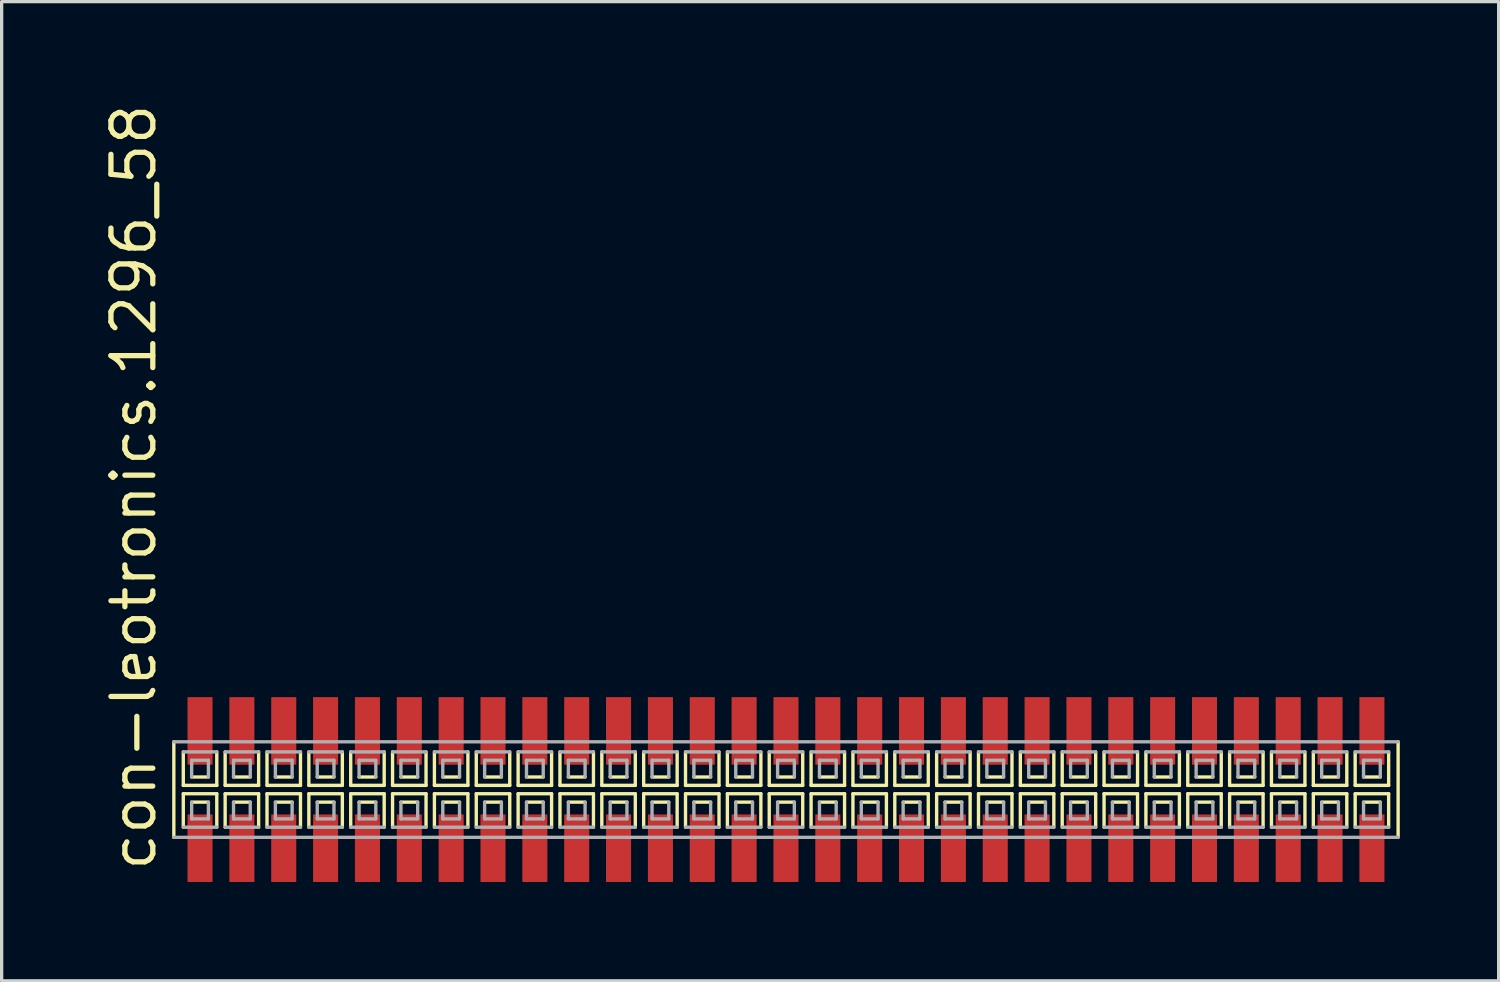
<source format=kicad_pcb>
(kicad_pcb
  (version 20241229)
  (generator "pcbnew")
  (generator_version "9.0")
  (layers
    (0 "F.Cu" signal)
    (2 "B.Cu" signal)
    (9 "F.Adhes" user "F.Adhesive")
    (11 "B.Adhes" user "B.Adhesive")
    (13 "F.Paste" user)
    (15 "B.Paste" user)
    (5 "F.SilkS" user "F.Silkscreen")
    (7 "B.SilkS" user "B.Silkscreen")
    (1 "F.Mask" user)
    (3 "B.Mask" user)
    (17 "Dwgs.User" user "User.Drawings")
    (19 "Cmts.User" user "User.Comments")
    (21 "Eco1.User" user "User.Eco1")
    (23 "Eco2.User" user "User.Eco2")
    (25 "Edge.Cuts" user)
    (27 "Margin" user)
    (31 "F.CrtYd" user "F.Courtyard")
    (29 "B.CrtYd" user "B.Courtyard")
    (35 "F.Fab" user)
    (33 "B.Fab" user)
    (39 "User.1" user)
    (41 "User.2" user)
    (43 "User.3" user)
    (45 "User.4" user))
  (footprint "con-leotronics.1296_58"
    (layer "F.Cu")
    (at 20.8 20.909)
    (property "Reference" "con-leotronics.1296_58" (at -19.05 2.54 90) (layer "F.SilkS") (effects (font (size 1.27 1.27) (thickness 0.16)) (justify left bottom)))
    (attr smd)
    (fp_line (start -18.575 -1.45) (end -18.575 1.45) (stroke (width 0.102) (type default)) (layer "F.SilkS"))
    (fp_line (start -18.288 -1.143) (end -18.288 -0.127) (stroke (width 0.102) (type default)) (layer "F.SilkS"))
    (fp_line (start -18.288 -0.127) (end -17.272 -0.127) (stroke (width 0.102) (type default)) (layer "F.SilkS"))
    (fp_line (start -18.288 0.127) (end -18.288 1.143) (stroke (width 0.102) (type default)) (layer "F.SilkS"))
    (fp_line (start -18.034 -0.381) (end -17.526 -0.381) (stroke (width 0.102) (type default)) (layer "F.SilkS"))
    (fp_line (start -17.526 0.381) (end -18.034 0.381) (stroke (width 0.102) (type default)) (layer "F.SilkS"))
    (fp_line (start -17.272 -0.127) (end -17.272 -1.143) (stroke (width 0.102) (type default)) (layer "F.SilkS"))
    (fp_line (start -17.272 0.127) (end -18.288 0.127) (stroke (width 0.102) (type default)) (layer "F.SilkS"))
    (fp_line (start -17.272 1.143) (end -17.272 0.127) (stroke (width 0.102) (type default)) (layer "F.SilkS"))
    (fp_line (start -17.018 -1.143) (end -17.018 -0.127) (stroke (width 0.102) (type default)) (layer "F.SilkS"))
    (fp_line (start -17.018 -0.127) (end -16.002 -0.127) (stroke (width 0.102) (type default)) (layer "F.SilkS"))
    (fp_line (start -17.018 0.127) (end -17.018 1.143) (stroke (width 0.102) (type default)) (layer "F.SilkS"))
    (fp_line (start -16.764 -0.381) (end -16.256 -0.381) (stroke (width 0.102) (type default)) (layer "F.SilkS"))
    (fp_line (start -16.256 0.381) (end -16.764 0.381) (stroke (width 0.102) (type default)) (layer "F.SilkS"))
    (fp_line (start -16.002 -0.127) (end -16.002 -1.143) (stroke (width 0.102) (type default)) (layer "F.SilkS"))
    (fp_line (start -16.002 0.127) (end -17.018 0.127) (stroke (width 0.102) (type default)) (layer "F.SilkS"))
    (fp_line (start -16.002 1.143) (end -16.002 0.127) (stroke (width 0.102) (type default)) (layer "F.SilkS"))
    (fp_line (start -15.748 -1.143) (end -15.748 -0.127) (stroke (width 0.102) (type default)) (layer "F.SilkS"))
    (fp_line (start -15.748 -0.127) (end -14.732 -0.127) (stroke (width 0.102) (type default)) (layer "F.SilkS"))
    (fp_line (start -15.748 0.127) (end -15.748 1.143) (stroke (width 0.102) (type default)) (layer "F.SilkS"))
    (fp_line (start -15.494 -0.381) (end -14.986 -0.381) (stroke (width 0.102) (type default)) (layer "F.SilkS"))
    (fp_line (start -14.986 0.381) (end -15.494 0.381) (stroke (width 0.102) (type default)) (layer "F.SilkS"))
    (fp_line (start -14.732 -0.127) (end -14.732 -1.143) (stroke (width 0.102) (type default)) (layer "F.SilkS"))
    (fp_line (start -14.732 0.127) (end -15.748 0.127) (stroke (width 0.102) (type default)) (layer "F.SilkS"))
    (fp_line (start -14.732 1.143) (end -14.732 0.127) (stroke (width 0.102) (type default)) (layer "F.SilkS"))
    (fp_line (start -14.478 -1.143) (end -14.478 -0.127) (stroke (width 0.102) (type default)) (layer "F.SilkS"))
    (fp_line (start -14.478 -0.127) (end -13.462 -0.127) (stroke (width 0.102) (type default)) (layer "F.SilkS"))
    (fp_line (start -14.478 0.127) (end -14.478 1.143) (stroke (width 0.102) (type default)) (layer "F.SilkS"))
    (fp_line (start -14.224 -0.381) (end -13.716 -0.381) (stroke (width 0.102) (type default)) (layer "F.SilkS"))
    (fp_line (start -13.716 0.381) (end -14.224 0.381) (stroke (width 0.102) (type default)) (layer "F.SilkS"))
    (fp_line (start -13.462 -0.127) (end -13.462 -1.143) (stroke (width 0.102) (type default)) (layer "F.SilkS"))
    (fp_line (start -13.462 0.127) (end -14.478 0.127) (stroke (width 0.102) (type default)) (layer "F.SilkS"))
    (fp_line (start -13.462 1.143) (end -13.462 0.127) (stroke (width 0.102) (type default)) (layer "F.SilkS"))
    (fp_line (start -13.208 -1.143) (end -13.208 -0.127) (stroke (width 0.102) (type default)) (layer "F.SilkS"))
    (fp_line (start -13.208 -0.127) (end -12.192 -0.127) (stroke (width 0.102) (type default)) (layer "F.SilkS"))
    (fp_line (start -13.208 0.127) (end -13.208 1.143) (stroke (width 0.102) (type default)) (layer "F.SilkS"))
    (fp_line (start -12.954 -0.381) (end -12.446 -0.381) (stroke (width 0.102) (type default)) (layer "F.SilkS"))
    (fp_line (start -12.446 0.381) (end -12.954 0.381) (stroke (width 0.102) (type default)) (layer "F.SilkS"))
    (fp_line (start -12.192 -0.127) (end -12.192 -1.143) (stroke (width 0.102) (type default)) (layer "F.SilkS"))
    (fp_line (start -12.192 0.127) (end -13.208 0.127) (stroke (width 0.102) (type default)) (layer "F.SilkS"))
    (fp_line (start -12.192 1.143) (end -12.192 0.127) (stroke (width 0.102) (type default)) (layer "F.SilkS"))
    (fp_line (start -11.938 -1.143) (end -11.938 -0.127) (stroke (width 0.102) (type default)) (layer "F.SilkS"))
    (fp_line (start -11.938 -0.127) (end -10.922 -0.127) (stroke (width 0.102) (type default)) (layer "F.SilkS"))
    (fp_line (start -11.938 0.127) (end -11.938 1.143) (stroke (width 0.102) (type default)) (layer "F.SilkS"))
    (fp_line (start -11.684 -0.381) (end -11.176 -0.381) (stroke (width 0.102) (type default)) (layer "F.SilkS"))
    (fp_line (start -11.176 0.381) (end -11.684 0.381) (stroke (width 0.102) (type default)) (layer "F.SilkS"))
    (fp_line (start -10.922 -0.127) (end -10.922 -1.143) (stroke (width 0.102) (type default)) (layer "F.SilkS"))
    (fp_line (start -10.922 0.127) (end -11.938 0.127) (stroke (width 0.102) (type default)) (layer "F.SilkS"))
    (fp_line (start -10.922 1.143) (end -10.922 0.127) (stroke (width 0.102) (type default)) (layer "F.SilkS"))
    (fp_line (start -10.668 -1.143) (end -10.668 -0.127) (stroke (width 0.102) (type default)) (layer "F.SilkS"))
    (fp_line (start -10.668 -0.127) (end -9.652 -0.127) (stroke (width 0.102) (type default)) (layer "F.SilkS"))
    (fp_line (start -10.668 0.127) (end -10.668 1.143) (stroke (width 0.102) (type default)) (layer "F.SilkS"))
    (fp_line (start -10.414 -0.381) (end -9.906 -0.381) (stroke (width 0.102) (type default)) (layer "F.SilkS"))
    (fp_line (start -9.906 0.381) (end -10.414 0.381) (stroke (width 0.102) (type default)) (layer "F.SilkS"))
    (fp_line (start -9.652 -0.127) (end -9.652 -1.143) (stroke (width 0.102) (type default)) (layer "F.SilkS"))
    (fp_line (start -9.652 0.127) (end -10.668 0.127) (stroke (width 0.102) (type default)) (layer "F.SilkS"))
    (fp_line (start -9.652 1.143) (end -9.652 0.127) (stroke (width 0.102) (type default)) (layer "F.SilkS"))
    (fp_line (start -9.398 -1.143) (end -9.398 -0.127) (stroke (width 0.102) (type default)) (layer "F.SilkS"))
    (fp_line (start -9.398 -0.127) (end -8.382 -0.127) (stroke (width 0.102) (type default)) (layer "F.SilkS"))
    (fp_line (start -9.398 0.127) (end -9.398 1.143) (stroke (width 0.102) (type default)) (layer "F.SilkS"))
    (fp_line (start -9.144 -0.381) (end -8.636 -0.381) (stroke (width 0.102) (type default)) (layer "F.SilkS"))
    (fp_line (start -8.636 0.381) (end -9.144 0.381) (stroke (width 0.102) (type default)) (layer "F.SilkS"))
    (fp_line (start -8.382 -0.127) (end -8.382 -1.143) (stroke (width 0.102) (type default)) (layer "F.SilkS"))
    (fp_line (start -8.382 0.127) (end -9.398 0.127) (stroke (width 0.102) (type default)) (layer "F.SilkS"))
    (fp_line (start -8.382 1.143) (end -8.382 0.127) (stroke (width 0.102) (type default)) (layer "F.SilkS"))
    (fp_line (start -8.128 -1.143) (end -8.128 -0.127) (stroke (width 0.102) (type default)) (layer "F.SilkS"))
    (fp_line (start -8.128 -0.127) (end -7.112 -0.127) (stroke (width 0.102) (type default)) (layer "F.SilkS"))
    (fp_line (start -8.128 0.127) (end -8.128 1.143) (stroke (width 0.102) (type default)) (layer "F.SilkS"))
    (fp_line (start -7.874 -0.381) (end -7.366 -0.381) (stroke (width 0.102) (type default)) (layer "F.SilkS"))
    (fp_line (start -7.366 0.381) (end -7.874 0.381) (stroke (width 0.102) (type default)) (layer "F.SilkS"))
    (fp_line (start -7.112 -0.127) (end -7.112 -1.143) (stroke (width 0.102) (type default)) (layer "F.SilkS"))
    (fp_line (start -7.112 0.127) (end -8.128 0.127) (stroke (width 0.102) (type default)) (layer "F.SilkS"))
    (fp_line (start -7.112 1.143) (end -7.112 0.127) (stroke (width 0.102) (type default)) (layer "F.SilkS"))
    (fp_line (start -6.858 -1.143) (end -6.858 -0.127) (stroke (width 0.102) (type default)) (layer "F.SilkS"))
    (fp_line (start -6.858 -0.127) (end -5.842 -0.127) (stroke (width 0.102) (type default)) (layer "F.SilkS"))
    (fp_line (start -6.858 0.127) (end -6.858 1.143) (stroke (width 0.102) (type default)) (layer "F.SilkS"))
    (fp_line (start -6.604 -0.381) (end -6.096 -0.381) (stroke (width 0.102) (type default)) (layer "F.SilkS"))
    (fp_line (start -6.096 0.381) (end -6.604 0.381) (stroke (width 0.102) (type default)) (layer "F.SilkS"))
    (fp_line (start -5.842 -0.127) (end -5.842 -1.143) (stroke (width 0.102) (type default)) (layer "F.SilkS"))
    (fp_line (start -5.842 0.127) (end -6.858 0.127) (stroke (width 0.102) (type default)) (layer "F.SilkS"))
    (fp_line (start -5.842 1.143) (end -5.842 0.127) (stroke (width 0.102) (type default)) (layer "F.SilkS"))
    (fp_line (start -5.588 -1.143) (end -5.588 -0.127) (stroke (width 0.102) (type default)) (layer "F.SilkS"))
    (fp_line (start -5.588 -0.127) (end -4.572 -0.127) (stroke (width 0.102) (type default)) (layer "F.SilkS"))
    (fp_line (start -5.588 0.127) (end -5.588 1.143) (stroke (width 0.102) (type default)) (layer "F.SilkS"))
    (fp_line (start -5.334 -0.381) (end -4.826 -0.381) (stroke (width 0.102) (type default)) (layer "F.SilkS"))
    (fp_line (start -4.826 0.381) (end -5.334 0.381) (stroke (width 0.102) (type default)) (layer "F.SilkS"))
    (fp_line (start -4.572 -0.127) (end -4.572 -1.143) (stroke (width 0.102) (type default)) (layer "F.SilkS"))
    (fp_line (start -4.572 0.127) (end -5.588 0.127) (stroke (width 0.102) (type default)) (layer "F.SilkS"))
    (fp_line (start -4.572 1.143) (end -4.572 0.127) (stroke (width 0.102) (type default)) (layer "F.SilkS"))
    (fp_line (start -4.318 -1.143) (end -4.318 -0.127) (stroke (width 0.102) (type default)) (layer "F.SilkS"))
    (fp_line (start -4.318 -0.127) (end -3.302 -0.127) (stroke (width 0.102) (type default)) (layer "F.SilkS"))
    (fp_line (start -4.318 0.127) (end -4.318 1.143) (stroke (width 0.102) (type default)) (layer "F.SilkS"))
    (fp_line (start -4.064 -0.381) (end -3.556 -0.381) (stroke (width 0.102) (type default)) (layer "F.SilkS"))
    (fp_line (start -3.556 0.381) (end -4.064 0.381) (stroke (width 0.102) (type default)) (layer "F.SilkS"))
    (fp_line (start -3.302 -0.127) (end -3.302 -1.143) (stroke (width 0.102) (type default)) (layer "F.SilkS"))
    (fp_line (start -3.302 0.127) (end -4.318 0.127) (stroke (width 0.102) (type default)) (layer "F.SilkS"))
    (fp_line (start -3.302 1.143) (end -3.302 0.127) (stroke (width 0.102) (type default)) (layer "F.SilkS"))
    (fp_line (start -3.048 -1.143) (end -3.048 -0.127) (stroke (width 0.102) (type default)) (layer "F.SilkS"))
    (fp_line (start -3.048 -0.127) (end -2.032 -0.127) (stroke (width 0.102) (type default)) (layer "F.SilkS"))
    (fp_line (start -3.048 0.127) (end -3.048 1.143) (stroke (width 0.102) (type default)) (layer "F.SilkS"))
    (fp_line (start -2.794 -0.381) (end -2.286 -0.381) (stroke (width 0.102) (type default)) (layer "F.SilkS"))
    (fp_line (start -2.286 0.381) (end -2.794 0.381) (stroke (width 0.102) (type default)) (layer "F.SilkS"))
    (fp_line (start -2.032 -0.127) (end -2.032 -1.143) (stroke (width 0.102) (type default)) (layer "F.SilkS"))
    (fp_line (start -2.032 0.127) (end -3.048 0.127) (stroke (width 0.102) (type default)) (layer "F.SilkS"))
    (fp_line (start -2.032 1.143) (end -2.032 0.127) (stroke (width 0.102) (type default)) (layer "F.SilkS"))
    (fp_line (start -1.778 -1.143) (end -1.778 -0.127) (stroke (width 0.102) (type default)) (layer "F.SilkS"))
    (fp_line (start -1.778 -0.127) (end -0.762 -0.127) (stroke (width 0.102) (type default)) (layer "F.SilkS"))
    (fp_line (start -1.778 0.127) (end -1.778 1.143) (stroke (width 0.102) (type default)) (layer "F.SilkS"))
    (fp_line (start -1.524 -0.381) (end -1.016 -0.381) (stroke (width 0.102) (type default)) (layer "F.SilkS"))
    (fp_line (start -1.016 0.381) (end -1.524 0.381) (stroke (width 0.102) (type default)) (layer "F.SilkS"))
    (fp_line (start -0.762 -0.127) (end -0.762 -1.143) (stroke (width 0.102) (type default)) (layer "F.SilkS"))
    (fp_line (start -0.762 0.127) (end -1.778 0.127) (stroke (width 0.102) (type default)) (layer "F.SilkS"))
    (fp_line (start -0.762 1.143) (end -0.762 0.127) (stroke (width 0.102) (type default)) (layer "F.SilkS"))
    (fp_line (start -0.508 -1.143) (end -0.508 -0.127) (stroke (width 0.102) (type default)) (layer "F.SilkS"))
    (fp_line (start -0.508 -0.127) (end 0.508 -0.127) (stroke (width 0.102) (type default)) (layer "F.SilkS"))
    (fp_line (start -0.508 0.127) (end -0.508 1.143) (stroke (width 0.102) (type default)) (layer "F.SilkS"))
    (fp_line (start -0.254 -0.381) (end 0.254 -0.381) (stroke (width 0.102) (type default)) (layer "F.SilkS"))
    (fp_line (start 0.254 0.381) (end -0.254 0.381) (stroke (width 0.102) (type default)) (layer "F.SilkS"))
    (fp_line (start 0.508 -0.127) (end 0.508 -1.143) (stroke (width 0.102) (type default)) (layer "F.SilkS"))
    (fp_line (start 0.508 0.127) (end -0.508 0.127) (stroke (width 0.102) (type default)) (layer "F.SilkS"))
    (fp_line (start 0.508 1.143) (end 0.508 0.127) (stroke (width 0.102) (type default)) (layer "F.SilkS"))
    (fp_line (start 0.762 -1.143) (end 0.762 -0.127) (stroke (width 0.102) (type default)) (layer "F.SilkS"))
    (fp_line (start 0.762 -0.127) (end 1.778 -0.127) (stroke (width 0.102) (type default)) (layer "F.SilkS"))
    (fp_line (start 0.762 0.127) (end 0.762 1.143) (stroke (width 0.102) (type default)) (layer "F.SilkS"))
    (fp_line (start 1.016 -0.381) (end 1.524 -0.381) (stroke (width 0.102) (type default)) (layer "F.SilkS"))
    (fp_line (start 1.524 0.381) (end 1.016 0.381) (stroke (width 0.102) (type default)) (layer "F.SilkS"))
    (fp_line (start 1.778 -0.127) (end 1.778 -1.143) (stroke (width 0.102) (type default)) (layer "F.SilkS"))
    (fp_line (start 1.778 0.127) (end 0.762 0.127) (stroke (width 0.102) (type default)) (layer "F.SilkS"))
    (fp_line (start 1.778 1.143) (end 1.778 0.127) (stroke (width 0.102) (type default)) (layer "F.SilkS"))
    (fp_line (start 2.032 -1.143) (end 2.032 -0.127) (stroke (width 0.102) (type default)) (layer "F.SilkS"))
    (fp_line (start 2.032 -0.127) (end 3.048 -0.127) (stroke (width 0.102) (type default)) (layer "F.SilkS"))
    (fp_line (start 2.032 0.127) (end 2.032 1.143) (stroke (width 0.102) (type default)) (layer "F.SilkS"))
    (fp_line (start 2.286 -0.381) (end 2.794 -0.381) (stroke (width 0.102) (type default)) (layer "F.SilkS"))
    (fp_line (start 2.794 0.381) (end 2.286 0.381) (stroke (width 0.102) (type default)) (layer "F.SilkS"))
    (fp_line (start 3.048 -0.127) (end 3.048 -1.143) (stroke (width 0.102) (type default)) (layer "F.SilkS"))
    (fp_line (start 3.048 0.127) (end 2.032 0.127) (stroke (width 0.102) (type default)) (layer "F.SilkS"))
    (fp_line (start 3.048 1.143) (end 3.048 0.127) (stroke (width 0.102) (type default)) (layer "F.SilkS"))
    (fp_line (start 3.302 -1.143) (end 3.302 -0.127) (stroke (width 0.102) (type default)) (layer "F.SilkS"))
    (fp_line (start 3.302 -0.127) (end 4.318 -0.127) (stroke (width 0.102) (type default)) (layer "F.SilkS"))
    (fp_line (start 3.302 0.127) (end 3.302 1.143) (stroke (width 0.102) (type default)) (layer "F.SilkS"))
    (fp_line (start 3.556 -0.381) (end 4.064 -0.381) (stroke (width 0.102) (type default)) (layer "F.SilkS"))
    (fp_line (start 4.064 0.381) (end 3.556 0.381) (stroke (width 0.102) (type default)) (layer "F.SilkS"))
    (fp_line (start 4.318 -0.127) (end 4.318 -1.143) (stroke (width 0.102) (type default)) (layer "F.SilkS"))
    (fp_line (start 4.318 0.127) (end 3.302 0.127) (stroke (width 0.102) (type default)) (layer "F.SilkS"))
    (fp_line (start 4.318 1.143) (end 4.318 0.127) (stroke (width 0.102) (type default)) (layer "F.SilkS"))
    (fp_line (start 4.572 -1.143) (end 4.572 -0.127) (stroke (width 0.102) (type default)) (layer "F.SilkS"))
    (fp_line (start 4.572 -0.127) (end 5.588 -0.127) (stroke (width 0.102) (type default)) (layer "F.SilkS"))
    (fp_line (start 4.572 0.127) (end 4.572 1.143) (stroke (width 0.102) (type default)) (layer "F.SilkS"))
    (fp_line (start 4.826 -0.381) (end 5.334 -0.381) (stroke (width 0.102) (type default)) (layer "F.SilkS"))
    (fp_line (start 5.334 0.381) (end 4.826 0.381) (stroke (width 0.102) (type default)) (layer "F.SilkS"))
    (fp_line (start 5.588 -0.127) (end 5.588 -1.143) (stroke (width 0.102) (type default)) (layer "F.SilkS"))
    (fp_line (start 5.588 0.127) (end 4.572 0.127) (stroke (width 0.102) (type default)) (layer "F.SilkS"))
    (fp_line (start 5.588 1.143) (end 5.588 0.127) (stroke (width 0.102) (type default)) (layer "F.SilkS"))
    (fp_line (start 5.842 -1.143) (end 5.842 -0.127) (stroke (width 0.102) (type default)) (layer "F.SilkS"))
    (fp_line (start 5.842 -0.127) (end 6.858 -0.127) (stroke (width 0.102) (type default)) (layer "F.SilkS"))
    (fp_line (start 5.842 0.127) (end 5.842 1.143) (stroke (width 0.102) (type default)) (layer "F.SilkS"))
    (fp_line (start 6.096 -0.381) (end 6.604 -0.381) (stroke (width 0.102) (type default)) (layer "F.SilkS"))
    (fp_line (start 6.604 0.381) (end 6.096 0.381) (stroke (width 0.102) (type default)) (layer "F.SilkS"))
    (fp_line (start 6.858 -0.127) (end 6.858 -1.143) (stroke (width 0.102) (type default)) (layer "F.SilkS"))
    (fp_line (start 6.858 0.127) (end 5.842 0.127) (stroke (width 0.102) (type default)) (layer "F.SilkS"))
    (fp_line (start 6.858 1.143) (end 6.858 0.127) (stroke (width 0.102) (type default)) (layer "F.SilkS"))
    (fp_line (start 7.112 -1.143) (end 7.112 -0.127) (stroke (width 0.102) (type default)) (layer "F.SilkS"))
    (fp_line (start 7.112 -0.127) (end 8.128 -0.127) (stroke (width 0.102) (type default)) (layer "F.SilkS"))
    (fp_line (start 7.112 0.127) (end 7.112 1.143) (stroke (width 0.102) (type default)) (layer "F.SilkS"))
    (fp_line (start 7.366 -0.381) (end 7.874 -0.381) (stroke (width 0.102) (type default)) (layer "F.SilkS"))
    (fp_line (start 7.874 0.381) (end 7.366 0.381) (stroke (width 0.102) (type default)) (layer "F.SilkS"))
    (fp_line (start 8.128 -0.127) (end 8.128 -1.143) (stroke (width 0.102) (type default)) (layer "F.SilkS"))
    (fp_line (start 8.128 0.127) (end 7.112 0.127) (stroke (width 0.102) (type default)) (layer "F.SilkS"))
    (fp_line (start 8.128 1.143) (end 8.128 0.127) (stroke (width 0.102) (type default)) (layer "F.SilkS"))
    (fp_line (start 8.382 -1.143) (end 8.382 -0.127) (stroke (width 0.102) (type default)) (layer "F.SilkS"))
    (fp_line (start 8.382 -0.127) (end 9.398 -0.127) (stroke (width 0.102) (type default)) (layer "F.SilkS"))
    (fp_line (start 8.382 0.127) (end 8.382 1.143) (stroke (width 0.102) (type default)) (layer "F.SilkS"))
    (fp_line (start 8.636 -0.381) (end 9.144 -0.381) (stroke (width 0.102) (type default)) (layer "F.SilkS"))
    (fp_line (start 9.144 0.381) (end 8.636 0.381) (stroke (width 0.102) (type default)) (layer "F.SilkS"))
    (fp_line (start 9.398 -0.127) (end 9.398 -1.143) (stroke (width 0.102) (type default)) (layer "F.SilkS"))
    (fp_line (start 9.398 0.127) (end 8.382 0.127) (stroke (width 0.102) (type default)) (layer "F.SilkS"))
    (fp_line (start 9.398 1.143) (end 9.398 0.127) (stroke (width 0.102) (type default)) (layer "F.SilkS"))
    (fp_line (start 9.652 -1.143) (end 9.652 -0.127) (stroke (width 0.102) (type default)) (layer "F.SilkS"))
    (fp_line (start 9.652 -0.127) (end 10.668 -0.127) (stroke (width 0.102) (type default)) (layer "F.SilkS"))
    (fp_line (start 9.652 0.127) (end 9.652 1.143) (stroke (width 0.102) (type default)) (layer "F.SilkS"))
    (fp_line (start 9.906 -0.381) (end 10.414 -0.381) (stroke (width 0.102) (type default)) (layer "F.SilkS"))
    (fp_line (start 10.414 0.381) (end 9.906 0.381) (stroke (width 0.102) (type default)) (layer "F.SilkS"))
    (fp_line (start 10.668 -0.127) (end 10.668 -1.143) (stroke (width 0.102) (type default)) (layer "F.SilkS"))
    (fp_line (start 10.668 0.127) (end 9.652 0.127) (stroke (width 0.102) (type default)) (layer "F.SilkS"))
    (fp_line (start 10.668 1.143) (end 10.668 0.127) (stroke (width 0.102) (type default)) (layer "F.SilkS"))
    (fp_line (start 10.922 -1.143) (end 10.922 -0.127) (stroke (width 0.102) (type default)) (layer "F.SilkS"))
    (fp_line (start 10.922 -0.127) (end 11.938 -0.127) (stroke (width 0.102) (type default)) (layer "F.SilkS"))
    (fp_line (start 10.922 0.127) (end 10.922 1.143) (stroke (width 0.102) (type default)) (layer "F.SilkS"))
    (fp_line (start 11.176 -0.381) (end 11.684 -0.381) (stroke (width 0.102) (type default)) (layer "F.SilkS"))
    (fp_line (start 11.684 0.381) (end 11.176 0.381) (stroke (width 0.102) (type default)) (layer "F.SilkS"))
    (fp_line (start 11.938 -0.127) (end 11.938 -1.143) (stroke (width 0.102) (type default)) (layer "F.SilkS"))
    (fp_line (start 11.938 0.127) (end 10.922 0.127) (stroke (width 0.102) (type default)) (layer "F.SilkS"))
    (fp_line (start 11.938 1.143) (end 11.938 0.127) (stroke (width 0.102) (type default)) (layer "F.SilkS"))
    (fp_line (start 12.192 -1.143) (end 12.192 -0.127) (stroke (width 0.102) (type default)) (layer "F.SilkS"))
    (fp_line (start 12.192 -0.127) (end 13.208 -0.127) (stroke (width 0.102) (type default)) (layer "F.SilkS"))
    (fp_line (start 12.192 0.127) (end 12.192 1.143) (stroke (width 0.102) (type default)) (layer "F.SilkS"))
    (fp_line (start 12.446 -0.381) (end 12.954 -0.381) (stroke (width 0.102) (type default)) (layer "F.SilkS"))
    (fp_line (start 12.954 0.381) (end 12.446 0.381) (stroke (width 0.102) (type default)) (layer "F.SilkS"))
    (fp_line (start 13.208 -0.127) (end 13.208 -1.143) (stroke (width 0.102) (type default)) (layer "F.SilkS"))
    (fp_line (start 13.208 0.127) (end 12.192 0.127) (stroke (width 0.102) (type default)) (layer "F.SilkS"))
    (fp_line (start 13.208 1.143) (end 13.208 0.127) (stroke (width 0.102) (type default)) (layer "F.SilkS"))
    (fp_line (start 13.462 -1.143) (end 13.462 -0.127) (stroke (width 0.102) (type default)) (layer "F.SilkS"))
    (fp_line (start 13.462 -0.127) (end 14.478 -0.127) (stroke (width 0.102) (type default)) (layer "F.SilkS"))
    (fp_line (start 13.462 0.127) (end 13.462 1.143) (stroke (width 0.102) (type default)) (layer "F.SilkS"))
    (fp_line (start 13.716 -0.381) (end 14.224 -0.381) (stroke (width 0.102) (type default)) (layer "F.SilkS"))
    (fp_line (start 14.224 0.381) (end 13.716 0.381) (stroke (width 0.102) (type default)) (layer "F.SilkS"))
    (fp_line (start 14.478 -0.127) (end 14.478 -1.143) (stroke (width 0.102) (type default)) (layer "F.SilkS"))
    (fp_line (start 14.478 0.127) (end 13.462 0.127) (stroke (width 0.102) (type default)) (layer "F.SilkS"))
    (fp_line (start 14.478 1.143) (end 14.478 0.127) (stroke (width 0.102) (type default)) (layer "F.SilkS"))
    (fp_line (start 14.732 -1.143) (end 14.732 -0.127) (stroke (width 0.102) (type default)) (layer "F.SilkS"))
    (fp_line (start 14.732 -0.127) (end 15.748 -0.127) (stroke (width 0.102) (type default)) (layer "F.SilkS"))
    (fp_line (start 14.732 0.127) (end 14.732 1.143) (stroke (width 0.102) (type default)) (layer "F.SilkS"))
    (fp_line (start 14.986 -0.381) (end 15.494 -0.381) (stroke (width 0.102) (type default)) (layer "F.SilkS"))
    (fp_line (start 15.494 0.381) (end 14.986 0.381) (stroke (width 0.102) (type default)) (layer "F.SilkS"))
    (fp_line (start 15.748 -0.127) (end 15.748 -1.143) (stroke (width 0.102) (type default)) (layer "F.SilkS"))
    (fp_line (start 15.748 0.127) (end 14.732 0.127) (stroke (width 0.102) (type default)) (layer "F.SilkS"))
    (fp_line (start 15.748 1.143) (end 15.748 0.127) (stroke (width 0.102) (type default)) (layer "F.SilkS"))
    (fp_line (start 16.002 -1.143) (end 16.002 -0.127) (stroke (width 0.102) (type default)) (layer "F.SilkS"))
    (fp_line (start 16.002 -0.127) (end 17.018 -0.127) (stroke (width 0.102) (type default)) (layer "F.SilkS"))
    (fp_line (start 16.002 0.127) (end 16.002 1.143) (stroke (width 0.102) (type default)) (layer "F.SilkS"))
    (fp_line (start 16.256 -0.381) (end 16.764 -0.381) (stroke (width 0.102) (type default)) (layer "F.SilkS"))
    (fp_line (start 16.764 0.381) (end 16.256 0.381) (stroke (width 0.102) (type default)) (layer "F.SilkS"))
    (fp_line (start 17.018 -0.127) (end 17.018 -1.143) (stroke (width 0.102) (type default)) (layer "F.SilkS"))
    (fp_line (start 17.018 0.127) (end 16.002 0.127) (stroke (width 0.102) (type default)) (layer "F.SilkS"))
    (fp_line (start 17.018 1.143) (end 17.018 0.127) (stroke (width 0.102) (type default)) (layer "F.SilkS"))
    (fp_line (start 17.272 -1.143) (end 17.272 -0.127) (stroke (width 0.102) (type default)) (layer "F.SilkS"))
    (fp_line (start 17.272 -0.127) (end 18.288 -0.127) (stroke (width 0.102) (type default)) (layer "F.SilkS"))
    (fp_line (start 17.272 0.127) (end 17.272 1.143) (stroke (width 0.102) (type default)) (layer "F.SilkS"))
    (fp_line (start 17.526 -0.381) (end 18.034 -0.381) (stroke (width 0.102) (type default)) (layer "F.SilkS"))
    (fp_line (start 18.034 0.381) (end 17.526 0.381) (stroke (width 0.102) (type default)) (layer "F.SilkS"))
    (fp_line (start 18.288 -0.127) (end 18.288 -1.143) (stroke (width 0.102) (type default)) (layer "F.SilkS"))
    (fp_line (start 18.288 0.127) (end 17.272 0.127) (stroke (width 0.102) (type default)) (layer "F.SilkS"))
    (fp_line (start 18.288 1.143) (end 18.288 0.127) (stroke (width 0.102) (type default)) (layer "F.SilkS"))
    (fp_line (start 18.575 1.45) (end 18.575 -1.45) (stroke (width 0.102) (type default)) (layer "F.SilkS"))
    (fp_line (start -18.575 1.45) (end 18.575 1.45) (stroke (width 0.102) (type default)) (layer "F.Fab"))
    (fp_line (start -18.288 1.143) (end -17.272 1.143) (stroke (width 0.102) (type default)) (layer "F.Fab"))
    (fp_line (start -18.034 -0.889) (end -18.034 -0.381) (stroke (width 0.102) (type default)) (layer "F.Fab"))
    (fp_line (start -18.034 0.381) (end -18.034 0.889) (stroke (width 0.102) (type default)) (layer "F.Fab"))
    (fp_line (start -18.034 0.889) (end -17.526 0.889) (stroke (width 0.102) (type default)) (layer "F.Fab"))
    (fp_line (start -17.526 -0.889) (end -18.034 -0.889) (stroke (width 0.102) (type default)) (layer "F.Fab"))
    (fp_line (start -17.526 -0.381) (end -17.526 -0.889) (stroke (width 0.102) (type default)) (layer "F.Fab"))
    (fp_line (start -17.526 0.889) (end -17.526 0.381) (stroke (width 0.102) (type default)) (layer "F.Fab"))
    (fp_line (start -17.272 -1.143) (end -18.288 -1.143) (stroke (width 0.102) (type default)) (layer "F.Fab"))
    (fp_line (start -17.018 1.143) (end -16.002 1.143) (stroke (width 0.102) (type default)) (layer "F.Fab"))
    (fp_line (start -16.764 -0.889) (end -16.764 -0.381) (stroke (width 0.102) (type default)) (layer "F.Fab"))
    (fp_line (start -16.764 0.381) (end -16.764 0.889) (stroke (width 0.102) (type default)) (layer "F.Fab"))
    (fp_line (start -16.764 0.889) (end -16.256 0.889) (stroke (width 0.102) (type default)) (layer "F.Fab"))
    (fp_line (start -16.256 -0.889) (end -16.764 -0.889) (stroke (width 0.102) (type default)) (layer "F.Fab"))
    (fp_line (start -16.256 -0.381) (end -16.256 -0.889) (stroke (width 0.102) (type default)) (layer "F.Fab"))
    (fp_line (start -16.256 0.889) (end -16.256 0.381) (stroke (width 0.102) (type default)) (layer "F.Fab"))
    (fp_line (start -16.002 -1.143) (end -17.018 -1.143) (stroke (width 0.102) (type default)) (layer "F.Fab"))
    (fp_line (start -15.748 1.143) (end -14.732 1.143) (stroke (width 0.102) (type default)) (layer "F.Fab"))
    (fp_line (start -15.494 -0.889) (end -15.494 -0.381) (stroke (width 0.102) (type default)) (layer "F.Fab"))
    (fp_line (start -15.494 0.381) (end -15.494 0.889) (stroke (width 0.102) (type default)) (layer "F.Fab"))
    (fp_line (start -15.494 0.889) (end -14.986 0.889) (stroke (width 0.102) (type default)) (layer "F.Fab"))
    (fp_line (start -14.986 -0.889) (end -15.494 -0.889) (stroke (width 0.102) (type default)) (layer "F.Fab"))
    (fp_line (start -14.986 -0.381) (end -14.986 -0.889) (stroke (width 0.102) (type default)) (layer "F.Fab"))
    (fp_line (start -14.986 0.889) (end -14.986 0.381) (stroke (width 0.102) (type default)) (layer "F.Fab"))
    (fp_line (start -14.732 -1.143) (end -15.748 -1.143) (stroke (width 0.102) (type default)) (layer "F.Fab"))
    (fp_line (start -14.478 1.143) (end -13.462 1.143) (stroke (width 0.102) (type default)) (layer "F.Fab"))
    (fp_line (start -14.224 -0.889) (end -14.224 -0.381) (stroke (width 0.102) (type default)) (layer "F.Fab"))
    (fp_line (start -14.224 0.381) (end -14.224 0.889) (stroke (width 0.102) (type default)) (layer "F.Fab"))
    (fp_line (start -14.224 0.889) (end -13.716 0.889) (stroke (width 0.102) (type default)) (layer "F.Fab"))
    (fp_line (start -13.716 -0.889) (end -14.224 -0.889) (stroke (width 0.102) (type default)) (layer "F.Fab"))
    (fp_line (start -13.716 -0.381) (end -13.716 -0.889) (stroke (width 0.102) (type default)) (layer "F.Fab"))
    (fp_line (start -13.716 0.889) (end -13.716 0.381) (stroke (width 0.102) (type default)) (layer "F.Fab"))
    (fp_line (start -13.462 -1.143) (end -14.478 -1.143) (stroke (width 0.102) (type default)) (layer "F.Fab"))
    (fp_line (start -13.208 1.143) (end -12.192 1.143) (stroke (width 0.102) (type default)) (layer "F.Fab"))
    (fp_line (start -12.954 -0.889) (end -12.954 -0.381) (stroke (width 0.102) (type default)) (layer "F.Fab"))
    (fp_line (start -12.954 0.381) (end -12.954 0.889) (stroke (width 0.102) (type default)) (layer "F.Fab"))
    (fp_line (start -12.954 0.889) (end -12.446 0.889) (stroke (width 0.102) (type default)) (layer "F.Fab"))
    (fp_line (start -12.446 -0.889) (end -12.954 -0.889) (stroke (width 0.102) (type default)) (layer "F.Fab"))
    (fp_line (start -12.446 -0.381) (end -12.446 -0.889) (stroke (width 0.102) (type default)) (layer "F.Fab"))
    (fp_line (start -12.446 0.889) (end -12.446 0.381) (stroke (width 0.102) (type default)) (layer "F.Fab"))
    (fp_line (start -12.192 -1.143) (end -13.208 -1.143) (stroke (width 0.102) (type default)) (layer "F.Fab"))
    (fp_line (start -11.938 1.143) (end -10.922 1.143) (stroke (width 0.102) (type default)) (layer "F.Fab"))
    (fp_line (start -11.684 -0.889) (end -11.684 -0.381) (stroke (width 0.102) (type default)) (layer "F.Fab"))
    (fp_line (start -11.684 0.381) (end -11.684 0.889) (stroke (width 0.102) (type default)) (layer "F.Fab"))
    (fp_line (start -11.684 0.889) (end -11.176 0.889) (stroke (width 0.102) (type default)) (layer "F.Fab"))
    (fp_line (start -11.176 -0.889) (end -11.684 -0.889) (stroke (width 0.102) (type default)) (layer "F.Fab"))
    (fp_line (start -11.176 -0.381) (end -11.176 -0.889) (stroke (width 0.102) (type default)) (layer "F.Fab"))
    (fp_line (start -11.176 0.889) (end -11.176 0.381) (stroke (width 0.102) (type default)) (layer "F.Fab"))
    (fp_line (start -10.922 -1.143) (end -11.938 -1.143) (stroke (width 0.102) (type default)) (layer "F.Fab"))
    (fp_line (start -10.668 1.143) (end -9.652 1.143) (stroke (width 0.102) (type default)) (layer "F.Fab"))
    (fp_line (start -10.414 -0.889) (end -10.414 -0.381) (stroke (width 0.102) (type default)) (layer "F.Fab"))
    (fp_line (start -10.414 0.381) (end -10.414 0.889) (stroke (width 0.102) (type default)) (layer "F.Fab"))
    (fp_line (start -10.414 0.889) (end -9.906 0.889) (stroke (width 0.102) (type default)) (layer "F.Fab"))
    (fp_line (start -9.906 -0.889) (end -10.414 -0.889) (stroke (width 0.102) (type default)) (layer "F.Fab"))
    (fp_line (start -9.906 -0.381) (end -9.906 -0.889) (stroke (width 0.102) (type default)) (layer "F.Fab"))
    (fp_line (start -9.906 0.889) (end -9.906 0.381) (stroke (width 0.102) (type default)) (layer "F.Fab"))
    (fp_line (start -9.652 -1.143) (end -10.668 -1.143) (stroke (width 0.102) (type default)) (layer "F.Fab"))
    (fp_line (start -9.398 1.143) (end -8.382 1.143) (stroke (width 0.102) (type default)) (layer "F.Fab"))
    (fp_line (start -9.144 -0.889) (end -9.144 -0.381) (stroke (width 0.102) (type default)) (layer "F.Fab"))
    (fp_line (start -9.144 0.381) (end -9.144 0.889) (stroke (width 0.102) (type default)) (layer "F.Fab"))
    (fp_line (start -9.144 0.889) (end -8.636 0.889) (stroke (width 0.102) (type default)) (layer "F.Fab"))
    (fp_line (start -8.636 -0.889) (end -9.144 -0.889) (stroke (width 0.102) (type default)) (layer "F.Fab"))
    (fp_line (start -8.636 -0.381) (end -8.636 -0.889) (stroke (width 0.102) (type default)) (layer "F.Fab"))
    (fp_line (start -8.636 0.889) (end -8.636 0.381) (stroke (width 0.102) (type default)) (layer "F.Fab"))
    (fp_line (start -8.382 -1.143) (end -9.398 -1.143) (stroke (width 0.102) (type default)) (layer "F.Fab"))
    (fp_line (start -8.128 1.143) (end -7.112 1.143) (stroke (width 0.102) (type default)) (layer "F.Fab"))
    (fp_line (start -7.874 -0.889) (end -7.874 -0.381) (stroke (width 0.102) (type default)) (layer "F.Fab"))
    (fp_line (start -7.874 0.381) (end -7.874 0.889) (stroke (width 0.102) (type default)) (layer "F.Fab"))
    (fp_line (start -7.874 0.889) (end -7.366 0.889) (stroke (width 0.102) (type default)) (layer "F.Fab"))
    (fp_line (start -7.366 -0.889) (end -7.874 -0.889) (stroke (width 0.102) (type default)) (layer "F.Fab"))
    (fp_line (start -7.366 -0.381) (end -7.366 -0.889) (stroke (width 0.102) (type default)) (layer "F.Fab"))
    (fp_line (start -7.366 0.889) (end -7.366 0.381) (stroke (width 0.102) (type default)) (layer "F.Fab"))
    (fp_line (start -7.112 -1.143) (end -8.128 -1.143) (stroke (width 0.102) (type default)) (layer "F.Fab"))
    (fp_line (start -6.858 1.143) (end -5.842 1.143) (stroke (width 0.102) (type default)) (layer "F.Fab"))
    (fp_line (start -6.604 -0.889) (end -6.604 -0.381) (stroke (width 0.102) (type default)) (layer "F.Fab"))
    (fp_line (start -6.604 0.381) (end -6.604 0.889) (stroke (width 0.102) (type default)) (layer "F.Fab"))
    (fp_line (start -6.604 0.889) (end -6.096 0.889) (stroke (width 0.102) (type default)) (layer "F.Fab"))
    (fp_line (start -6.096 -0.889) (end -6.604 -0.889) (stroke (width 0.102) (type default)) (layer "F.Fab"))
    (fp_line (start -6.096 -0.381) (end -6.096 -0.889) (stroke (width 0.102) (type default)) (layer "F.Fab"))
    (fp_line (start -6.096 0.889) (end -6.096 0.381) (stroke (width 0.102) (type default)) (layer "F.Fab"))
    (fp_line (start -5.842 -1.143) (end -6.858 -1.143) (stroke (width 0.102) (type default)) (layer "F.Fab"))
    (fp_line (start -5.588 1.143) (end -4.572 1.143) (stroke (width 0.102) (type default)) (layer "F.Fab"))
    (fp_line (start -5.334 -0.889) (end -5.334 -0.381) (stroke (width 0.102) (type default)) (layer "F.Fab"))
    (fp_line (start -5.334 0.381) (end -5.334 0.889) (stroke (width 0.102) (type default)) (layer "F.Fab"))
    (fp_line (start -5.334 0.889) (end -4.826 0.889) (stroke (width 0.102) (type default)) (layer "F.Fab"))
    (fp_line (start -4.826 -0.889) (end -5.334 -0.889) (stroke (width 0.102) (type default)) (layer "F.Fab"))
    (fp_line (start -4.826 -0.381) (end -4.826 -0.889) (stroke (width 0.102) (type default)) (layer "F.Fab"))
    (fp_line (start -4.826 0.889) (end -4.826 0.381) (stroke (width 0.102) (type default)) (layer "F.Fab"))
    (fp_line (start -4.572 -1.143) (end -5.588 -1.143) (stroke (width 0.102) (type default)) (layer "F.Fab"))
    (fp_line (start -4.318 1.143) (end -3.302 1.143) (stroke (width 0.102) (type default)) (layer "F.Fab"))
    (fp_line (start -4.064 -0.889) (end -4.064 -0.381) (stroke (width 0.102) (type default)) (layer "F.Fab"))
    (fp_line (start -4.064 0.381) (end -4.064 0.889) (stroke (width 0.102) (type default)) (layer "F.Fab"))
    (fp_line (start -4.064 0.889) (end -3.556 0.889) (stroke (width 0.102) (type default)) (layer "F.Fab"))
    (fp_line (start -3.556 -0.889) (end -4.064 -0.889) (stroke (width 0.102) (type default)) (layer "F.Fab"))
    (fp_line (start -3.556 -0.381) (end -3.556 -0.889) (stroke (width 0.102) (type default)) (layer "F.Fab"))
    (fp_line (start -3.556 0.889) (end -3.556 0.381) (stroke (width 0.102) (type default)) (layer "F.Fab"))
    (fp_line (start -3.302 -1.143) (end -4.318 -1.143) (stroke (width 0.102) (type default)) (layer "F.Fab"))
    (fp_line (start -3.048 1.143) (end -2.032 1.143) (stroke (width 0.102) (type default)) (layer "F.Fab"))
    (fp_line (start -2.794 -0.889) (end -2.794 -0.381) (stroke (width 0.102) (type default)) (layer "F.Fab"))
    (fp_line (start -2.794 0.381) (end -2.794 0.889) (stroke (width 0.102) (type default)) (layer "F.Fab"))
    (fp_line (start -2.794 0.889) (end -2.286 0.889) (stroke (width 0.102) (type default)) (layer "F.Fab"))
    (fp_line (start -2.286 -0.889) (end -2.794 -0.889) (stroke (width 0.102) (type default)) (layer "F.Fab"))
    (fp_line (start -2.286 -0.381) (end -2.286 -0.889) (stroke (width 0.102) (type default)) (layer "F.Fab"))
    (fp_line (start -2.286 0.889) (end -2.286 0.381) (stroke (width 0.102) (type default)) (layer "F.Fab"))
    (fp_line (start -2.032 -1.143) (end -3.048 -1.143) (stroke (width 0.102) (type default)) (layer "F.Fab"))
    (fp_line (start -1.778 1.143) (end -0.762 1.143) (stroke (width 0.102) (type default)) (layer "F.Fab"))
    (fp_line (start -1.524 -0.889) (end -1.524 -0.381) (stroke (width 0.102) (type default)) (layer "F.Fab"))
    (fp_line (start -1.524 0.381) (end -1.524 0.889) (stroke (width 0.102) (type default)) (layer "F.Fab"))
    (fp_line (start -1.524 0.889) (end -1.016 0.889) (stroke (width 0.102) (type default)) (layer "F.Fab"))
    (fp_line (start -1.016 -0.889) (end -1.524 -0.889) (stroke (width 0.102) (type default)) (layer "F.Fab"))
    (fp_line (start -1.016 -0.381) (end -1.016 -0.889) (stroke (width 0.102) (type default)) (layer "F.Fab"))
    (fp_line (start -1.016 0.889) (end -1.016 0.381) (stroke (width 0.102) (type default)) (layer "F.Fab"))
    (fp_line (start -0.762 -1.143) (end -1.778 -1.143) (stroke (width 0.102) (type default)) (layer "F.Fab"))
    (fp_line (start -0.508 1.143) (end 0.508 1.143) (stroke (width 0.102) (type default)) (layer "F.Fab"))
    (fp_line (start -0.254 -0.889) (end -0.254 -0.381) (stroke (width 0.102) (type default)) (layer "F.Fab"))
    (fp_line (start -0.254 0.381) (end -0.254 0.889) (stroke (width 0.102) (type default)) (layer "F.Fab"))
    (fp_line (start -0.254 0.889) (end 0.254 0.889) (stroke (width 0.102) (type default)) (layer "F.Fab"))
    (fp_line (start 0.254 -0.889) (end -0.254 -0.889) (stroke (width 0.102) (type default)) (layer "F.Fab"))
    (fp_line (start 0.254 -0.381) (end 0.254 -0.889) (stroke (width 0.102) (type default)) (layer "F.Fab"))
    (fp_line (start 0.254 0.889) (end 0.254 0.381) (stroke (width 0.102) (type default)) (layer "F.Fab"))
    (fp_line (start 0.508 -1.143) (end -0.508 -1.143) (stroke (width 0.102) (type default)) (layer "F.Fab"))
    (fp_line (start 0.762 1.143) (end 1.778 1.143) (stroke (width 0.102) (type default)) (layer "F.Fab"))
    (fp_line (start 1.016 -0.889) (end 1.016 -0.381) (stroke (width 0.102) (type default)) (layer "F.Fab"))
    (fp_line (start 1.016 0.381) (end 1.016 0.889) (stroke (width 0.102) (type default)) (layer "F.Fab"))
    (fp_line (start 1.016 0.889) (end 1.524 0.889) (stroke (width 0.102) (type default)) (layer "F.Fab"))
    (fp_line (start 1.524 -0.889) (end 1.016 -0.889) (stroke (width 0.102) (type default)) (layer "F.Fab"))
    (fp_line (start 1.524 -0.381) (end 1.524 -0.889) (stroke (width 0.102) (type default)) (layer "F.Fab"))
    (fp_line (start 1.524 0.889) (end 1.524 0.381) (stroke (width 0.102) (type default)) (layer "F.Fab"))
    (fp_line (start 1.778 -1.143) (end 0.762 -1.143) (stroke (width 0.102) (type default)) (layer "F.Fab"))
    (fp_line (start 2.032 1.143) (end 3.048 1.143) (stroke (width 0.102) (type default)) (layer "F.Fab"))
    (fp_line (start 2.286 -0.889) (end 2.286 -0.381) (stroke (width 0.102) (type default)) (layer "F.Fab"))
    (fp_line (start 2.286 0.381) (end 2.286 0.889) (stroke (width 0.102) (type default)) (layer "F.Fab"))
    (fp_line (start 2.286 0.889) (end 2.794 0.889) (stroke (width 0.102) (type default)) (layer "F.Fab"))
    (fp_line (start 2.794 -0.889) (end 2.286 -0.889) (stroke (width 0.102) (type default)) (layer "F.Fab"))
    (fp_line (start 2.794 -0.381) (end 2.794 -0.889) (stroke (width 0.102) (type default)) (layer "F.Fab"))
    (fp_line (start 2.794 0.889) (end 2.794 0.381) (stroke (width 0.102) (type default)) (layer "F.Fab"))
    (fp_line (start 3.048 -1.143) (end 2.032 -1.143) (stroke (width 0.102) (type default)) (layer "F.Fab"))
    (fp_line (start 3.302 1.143) (end 4.318 1.143) (stroke (width 0.102) (type default)) (layer "F.Fab"))
    (fp_line (start 3.556 -0.889) (end 3.556 -0.381) (stroke (width 0.102) (type default)) (layer "F.Fab"))
    (fp_line (start 3.556 0.381) (end 3.556 0.889) (stroke (width 0.102) (type default)) (layer "F.Fab"))
    (fp_line (start 3.556 0.889) (end 4.064 0.889) (stroke (width 0.102) (type default)) (layer "F.Fab"))
    (fp_line (start 4.064 -0.889) (end 3.556 -0.889) (stroke (width 0.102) (type default)) (layer "F.Fab"))
    (fp_line (start 4.064 -0.381) (end 4.064 -0.889) (stroke (width 0.102) (type default)) (layer "F.Fab"))
    (fp_line (start 4.064 0.889) (end 4.064 0.381) (stroke (width 0.102) (type default)) (layer "F.Fab"))
    (fp_line (start 4.318 -1.143) (end 3.302 -1.143) (stroke (width 0.102) (type default)) (layer "F.Fab"))
    (fp_line (start 4.572 1.143) (end 5.588 1.143) (stroke (width 0.102) (type default)) (layer "F.Fab"))
    (fp_line (start 4.826 -0.889) (end 4.826 -0.381) (stroke (width 0.102) (type default)) (layer "F.Fab"))
    (fp_line (start 4.826 0.381) (end 4.826 0.889) (stroke (width 0.102) (type default)) (layer "F.Fab"))
    (fp_line (start 4.826 0.889) (end 5.334 0.889) (stroke (width 0.102) (type default)) (layer "F.Fab"))
    (fp_line (start 5.334 -0.889) (end 4.826 -0.889) (stroke (width 0.102) (type default)) (layer "F.Fab"))
    (fp_line (start 5.334 -0.381) (end 5.334 -0.889) (stroke (width 0.102) (type default)) (layer "F.Fab"))
    (fp_line (start 5.334 0.889) (end 5.334 0.381) (stroke (width 0.102) (type default)) (layer "F.Fab"))
    (fp_line (start 5.588 -1.143) (end 4.572 -1.143) (stroke (width 0.102) (type default)) (layer "F.Fab"))
    (fp_line (start 5.842 1.143) (end 6.858 1.143) (stroke (width 0.102) (type default)) (layer "F.Fab"))
    (fp_line (start 6.096 -0.889) (end 6.096 -0.381) (stroke (width 0.102) (type default)) (layer "F.Fab"))
    (fp_line (start 6.096 0.381) (end 6.096 0.889) (stroke (width 0.102) (type default)) (layer "F.Fab"))
    (fp_line (start 6.096 0.889) (end 6.604 0.889) (stroke (width 0.102) (type default)) (layer "F.Fab"))
    (fp_line (start 6.604 -0.889) (end 6.096 -0.889) (stroke (width 0.102) (type default)) (layer "F.Fab"))
    (fp_line (start 6.604 -0.381) (end 6.604 -0.889) (stroke (width 0.102) (type default)) (layer "F.Fab"))
    (fp_line (start 6.604 0.889) (end 6.604 0.381) (stroke (width 0.102) (type default)) (layer "F.Fab"))
    (fp_line (start 6.858 -1.143) (end 5.842 -1.143) (stroke (width 0.102) (type default)) (layer "F.Fab"))
    (fp_line (start 7.112 1.143) (end 8.128 1.143) (stroke (width 0.102) (type default)) (layer "F.Fab"))
    (fp_line (start 7.366 -0.889) (end 7.366 -0.381) (stroke (width 0.102) (type default)) (layer "F.Fab"))
    (fp_line (start 7.366 0.381) (end 7.366 0.889) (stroke (width 0.102) (type default)) (layer "F.Fab"))
    (fp_line (start 7.366 0.889) (end 7.874 0.889) (stroke (width 0.102) (type default)) (layer "F.Fab"))
    (fp_line (start 7.874 -0.889) (end 7.366 -0.889) (stroke (width 0.102) (type default)) (layer "F.Fab"))
    (fp_line (start 7.874 -0.381) (end 7.874 -0.889) (stroke (width 0.102) (type default)) (layer "F.Fab"))
    (fp_line (start 7.874 0.889) (end 7.874 0.381) (stroke (width 0.102) (type default)) (layer "F.Fab"))
    (fp_line (start 8.128 -1.143) (end 7.112 -1.143) (stroke (width 0.102) (type default)) (layer "F.Fab"))
    (fp_line (start 8.382 1.143) (end 9.398 1.143) (stroke (width 0.102) (type default)) (layer "F.Fab"))
    (fp_line (start 8.636 -0.889) (end 8.636 -0.381) (stroke (width 0.102) (type default)) (layer "F.Fab"))
    (fp_line (start 8.636 0.381) (end 8.636 0.889) (stroke (width 0.102) (type default)) (layer "F.Fab"))
    (fp_line (start 8.636 0.889) (end 9.144 0.889) (stroke (width 0.102) (type default)) (layer "F.Fab"))
    (fp_line (start 9.144 -0.889) (end 8.636 -0.889) (stroke (width 0.102) (type default)) (layer "F.Fab"))
    (fp_line (start 9.144 -0.381) (end 9.144 -0.889) (stroke (width 0.102) (type default)) (layer "F.Fab"))
    (fp_line (start 9.144 0.889) (end 9.144 0.381) (stroke (width 0.102) (type default)) (layer "F.Fab"))
    (fp_line (start 9.398 -1.143) (end 8.382 -1.143) (stroke (width 0.102) (type default)) (layer "F.Fab"))
    (fp_line (start 9.652 1.143) (end 10.668 1.143) (stroke (width 0.102) (type default)) (layer "F.Fab"))
    (fp_line (start 9.906 -0.889) (end 9.906 -0.381) (stroke (width 0.102) (type default)) (layer "F.Fab"))
    (fp_line (start 9.906 0.381) (end 9.906 0.889) (stroke (width 0.102) (type default)) (layer "F.Fab"))
    (fp_line (start 9.906 0.889) (end 10.414 0.889) (stroke (width 0.102) (type default)) (layer "F.Fab"))
    (fp_line (start 10.414 -0.889) (end 9.906 -0.889) (stroke (width 0.102) (type default)) (layer "F.Fab"))
    (fp_line (start 10.414 -0.381) (end 10.414 -0.889) (stroke (width 0.102) (type default)) (layer "F.Fab"))
    (fp_line (start 10.414 0.889) (end 10.414 0.381) (stroke (width 0.102) (type default)) (layer "F.Fab"))
    (fp_line (start 10.668 -1.143) (end 9.652 -1.143) (stroke (width 0.102) (type default)) (layer "F.Fab"))
    (fp_line (start 10.922 1.143) (end 11.938 1.143) (stroke (width 0.102) (type default)) (layer "F.Fab"))
    (fp_line (start 11.176 -0.889) (end 11.176 -0.381) (stroke (width 0.102) (type default)) (layer "F.Fab"))
    (fp_line (start 11.176 0.381) (end 11.176 0.889) (stroke (width 0.102) (type default)) (layer "F.Fab"))
    (fp_line (start 11.176 0.889) (end 11.684 0.889) (stroke (width 0.102) (type default)) (layer "F.Fab"))
    (fp_line (start 11.684 -0.889) (end 11.176 -0.889) (stroke (width 0.102) (type default)) (layer "F.Fab"))
    (fp_line (start 11.684 -0.381) (end 11.684 -0.889) (stroke (width 0.102) (type default)) (layer "F.Fab"))
    (fp_line (start 11.684 0.889) (end 11.684 0.381) (stroke (width 0.102) (type default)) (layer "F.Fab"))
    (fp_line (start 11.938 -1.143) (end 10.922 -1.143) (stroke (width 0.102) (type default)) (layer "F.Fab"))
    (fp_line (start 12.192 1.143) (end 13.208 1.143) (stroke (width 0.102) (type default)) (layer "F.Fab"))
    (fp_line (start 12.446 -0.889) (end 12.446 -0.381) (stroke (width 0.102) (type default)) (layer "F.Fab"))
    (fp_line (start 12.446 0.381) (end 12.446 0.889) (stroke (width 0.102) (type default)) (layer "F.Fab"))
    (fp_line (start 12.446 0.889) (end 12.954 0.889) (stroke (width 0.102) (type default)) (layer "F.Fab"))
    (fp_line (start 12.954 -0.889) (end 12.446 -0.889) (stroke (width 0.102) (type default)) (layer "F.Fab"))
    (fp_line (start 12.954 -0.381) (end 12.954 -0.889) (stroke (width 0.102) (type default)) (layer "F.Fab"))
    (fp_line (start 12.954 0.889) (end 12.954 0.381) (stroke (width 0.102) (type default)) (layer "F.Fab"))
    (fp_line (start 13.208 -1.143) (end 12.192 -1.143) (stroke (width 0.102) (type default)) (layer "F.Fab"))
    (fp_line (start 13.462 1.143) (end 14.478 1.143) (stroke (width 0.102) (type default)) (layer "F.Fab"))
    (fp_line (start 13.716 -0.889) (end 13.716 -0.381) (stroke (width 0.102) (type default)) (layer "F.Fab"))
    (fp_line (start 13.716 0.381) (end 13.716 0.889) (stroke (width 0.102) (type default)) (layer "F.Fab"))
    (fp_line (start 13.716 0.889) (end 14.224 0.889) (stroke (width 0.102) (type default)) (layer "F.Fab"))
    (fp_line (start 14.224 -0.889) (end 13.716 -0.889) (stroke (width 0.102) (type default)) (layer "F.Fab"))
    (fp_line (start 14.224 -0.381) (end 14.224 -0.889) (stroke (width 0.102) (type default)) (layer "F.Fab"))
    (fp_line (start 14.224 0.889) (end 14.224 0.381) (stroke (width 0.102) (type default)) (layer "F.Fab"))
    (fp_line (start 14.478 -1.143) (end 13.462 -1.143) (stroke (width 0.102) (type default)) (layer "F.Fab"))
    (fp_line (start 14.732 1.143) (end 15.748 1.143) (stroke (width 0.102) (type default)) (layer "F.Fab"))
    (fp_line (start 14.986 -0.889) (end 14.986 -0.381) (stroke (width 0.102) (type default)) (layer "F.Fab"))
    (fp_line (start 14.986 0.381) (end 14.986 0.889) (stroke (width 0.102) (type default)) (layer "F.Fab"))
    (fp_line (start 14.986 0.889) (end 15.494 0.889) (stroke (width 0.102) (type default)) (layer "F.Fab"))
    (fp_line (start 15.494 -0.889) (end 14.986 -0.889) (stroke (width 0.102) (type default)) (layer "F.Fab"))
    (fp_line (start 15.494 -0.381) (end 15.494 -0.889) (stroke (width 0.102) (type default)) (layer "F.Fab"))
    (fp_line (start 15.494 0.889) (end 15.494 0.381) (stroke (width 0.102) (type default)) (layer "F.Fab"))
    (fp_line (start 15.748 -1.143) (end 14.732 -1.143) (stroke (width 0.102) (type default)) (layer "F.Fab"))
    (fp_line (start 16.002 1.143) (end 17.018 1.143) (stroke (width 0.102) (type default)) (layer "F.Fab"))
    (fp_line (start 16.256 -0.889) (end 16.256 -0.381) (stroke (width 0.102) (type default)) (layer "F.Fab"))
    (fp_line (start 16.256 0.381) (end 16.256 0.889) (stroke (width 0.102) (type default)) (layer "F.Fab"))
    (fp_line (start 16.256 0.889) (end 16.764 0.889) (stroke (width 0.102) (type default)) (layer "F.Fab"))
    (fp_line (start 16.764 -0.889) (end 16.256 -0.889) (stroke (width 0.102) (type default)) (layer "F.Fab"))
    (fp_line (start 16.764 -0.381) (end 16.764 -0.889) (stroke (width 0.102) (type default)) (layer "F.Fab"))
    (fp_line (start 16.764 0.889) (end 16.764 0.381) (stroke (width 0.102) (type default)) (layer "F.Fab"))
    (fp_line (start 17.018 -1.143) (end 16.002 -1.143) (stroke (width 0.102) (type default)) (layer "F.Fab"))
    (fp_line (start 17.272 1.143) (end 18.288 1.143) (stroke (width 0.102) (type default)) (layer "F.Fab"))
    (fp_line (start 17.526 -0.889) (end 17.526 -0.381) (stroke (width 0.102) (type default)) (layer "F.Fab"))
    (fp_line (start 17.526 0.381) (end 17.526 0.889) (stroke (width 0.102) (type default)) (layer "F.Fab"))
    (fp_line (start 17.526 0.889) (end 18.034 0.889) (stroke (width 0.102) (type default)) (layer "F.Fab"))
    (fp_line (start 18.034 -0.889) (end 17.526 -0.889) (stroke (width 0.102) (type default)) (layer "F.Fab"))
    (fp_line (start 18.034 -0.381) (end 18.034 -0.889) (stroke (width 0.102) (type default)) (layer "F.Fab"))
    (fp_line (start 18.034 0.889) (end 18.034 0.381) (stroke (width 0.102) (type default)) (layer "F.Fab"))
    (fp_line (start 18.288 -1.143) (end 17.272 -1.143) (stroke (width 0.102) (type default)) (layer "F.Fab"))
    (fp_line (start 18.575 -1.45) (end -18.575 -1.45) (stroke (width 0.102) (type default)) (layer "F.Fab"))
    (pad "1" smd roundrect (at -17.78 1.78) (size 0.76 2.05) (layers "F.Cu" "F.Mask" "F.Paste") (roundrect_rratio 0.01))
    (pad "2" smd roundrect (at -17.78 -1.78) (size 0.76 2.05) (layers "F.Cu" "F.Mask" "F.Paste") (roundrect_rratio 0.01))
    (pad "3" smd roundrect (at -16.51 1.78) (size 0.76 2.05) (layers "F.Cu" "F.Mask" "F.Paste") (roundrect_rratio 0.01))
    (pad "4" smd roundrect (at -16.51 -1.78) (size 0.76 2.05) (layers "F.Cu" "F.Mask" "F.Paste") (roundrect_rratio 0.01))
    (pad "5" smd roundrect (at -15.24 1.78) (size 0.76 2.05) (layers "F.Cu" "F.Mask" "F.Paste") (roundrect_rratio 0.01))
    (pad "6" smd roundrect (at -15.24 -1.78) (size 0.76 2.05) (layers "F.Cu" "F.Mask" "F.Paste") (roundrect_rratio 0.01))
    (pad "7" smd roundrect (at -13.97 1.78) (size 0.76 2.05) (layers "F.Cu" "F.Mask" "F.Paste") (roundrect_rratio 0.01))
    (pad "8" smd roundrect (at -13.97 -1.78) (size 0.76 2.05) (layers "F.Cu" "F.Mask" "F.Paste") (roundrect_rratio 0.01))
    (pad "9" smd roundrect (at -12.7 1.78) (size 0.76 2.05) (layers "F.Cu" "F.Mask" "F.Paste") (roundrect_rratio 0.01))
    (pad "10" smd roundrect (at -12.7 -1.78) (size 0.76 2.05) (layers "F.Cu" "F.Mask" "F.Paste") (roundrect_rratio 0.01))
    (pad "11" smd roundrect (at -11.43 1.78) (size 0.76 2.05) (layers "F.Cu" "F.Mask" "F.Paste") (roundrect_rratio 0.01))
    (pad "12" smd roundrect (at -11.43 -1.78) (size 0.76 2.05) (layers "F.Cu" "F.Mask" "F.Paste") (roundrect_rratio 0.01))
    (pad "13" smd roundrect (at -10.16 1.78) (size 0.76 2.05) (layers "F.Cu" "F.Mask" "F.Paste") (roundrect_rratio 0.01))
    (pad "14" smd roundrect (at -10.16 -1.78) (size 0.76 2.05) (layers "F.Cu" "F.Mask" "F.Paste") (roundrect_rratio 0.01))
    (pad "15" smd roundrect (at -8.89 1.78) (size 0.76 2.05) (layers "F.Cu" "F.Mask" "F.Paste") (roundrect_rratio 0.01))
    (pad "16" smd roundrect (at -8.89 -1.78) (size 0.76 2.05) (layers "F.Cu" "F.Mask" "F.Paste") (roundrect_rratio 0.01))
    (pad "17" smd roundrect (at -7.62 1.78) (size 0.76 2.05) (layers "F.Cu" "F.Mask" "F.Paste") (roundrect_rratio 0.01))
    (pad "18" smd roundrect (at -7.62 -1.78) (size 0.76 2.05) (layers "F.Cu" "F.Mask" "F.Paste") (roundrect_rratio 0.01))
    (pad "19" smd roundrect (at -6.35 1.78) (size 0.76 2.05) (layers "F.Cu" "F.Mask" "F.Paste") (roundrect_rratio 0.01))
    (pad "20" smd roundrect (at -6.35 -1.78) (size 0.76 2.05) (layers "F.Cu" "F.Mask" "F.Paste") (roundrect_rratio 0.01))
    (pad "21" smd roundrect (at -5.08 1.78) (size 0.76 2.05) (layers "F.Cu" "F.Mask" "F.Paste") (roundrect_rratio 0.01))
    (pad "22" smd roundrect (at -5.08 -1.78) (size 0.76 2.05) (layers "F.Cu" "F.Mask" "F.Paste") (roundrect_rratio 0.01))
    (pad "23" smd roundrect (at -3.81 1.78) (size 0.76 2.05) (layers "F.Cu" "F.Mask" "F.Paste") (roundrect_rratio 0.01))
    (pad "24" smd roundrect (at -3.81 -1.78) (size 0.76 2.05) (layers "F.Cu" "F.Mask" "F.Paste") (roundrect_rratio 0.01))
    (pad "25" smd roundrect (at -2.54 1.78) (size 0.76 2.05) (layers "F.Cu" "F.Mask" "F.Paste") (roundrect_rratio 0.01))
    (pad "26" smd roundrect (at -2.54 -1.78) (size 0.76 2.05) (layers "F.Cu" "F.Mask" "F.Paste") (roundrect_rratio 0.01))
    (pad "27" smd roundrect (at -1.27 1.78) (size 0.76 2.05) (layers "F.Cu" "F.Mask" "F.Paste") (roundrect_rratio 0.01))
    (pad "28" smd roundrect (at -1.27 -1.78) (size 0.76 2.05) (layers "F.Cu" "F.Mask" "F.Paste") (roundrect_rratio 0.01))
    (pad "29" smd roundrect (at 0 1.78) (size 0.76 2.05) (layers "F.Cu" "F.Mask" "F.Paste") (roundrect_rratio 0.01))
    (pad "30" smd roundrect (at 0 -1.78) (size 0.76 2.05) (layers "F.Cu" "F.Mask" "F.Paste") (roundrect_rratio 0.01))
    (pad "31" smd roundrect (at 1.27 1.78) (size 0.76 2.05) (layers "F.Cu" "F.Mask" "F.Paste") (roundrect_rratio 0.01))
    (pad "32" smd roundrect (at 1.27 -1.78) (size 0.76 2.05) (layers "F.Cu" "F.Mask" "F.Paste") (roundrect_rratio 0.01))
    (pad "33" smd roundrect (at 2.54 1.78) (size 0.76 2.05) (layers "F.Cu" "F.Mask" "F.Paste") (roundrect_rratio 0.01))
    (pad "34" smd roundrect (at 2.54 -1.78) (size 0.76 2.05) (layers "F.Cu" "F.Mask" "F.Paste") (roundrect_rratio 0.01))
    (pad "35" smd roundrect (at 3.81 1.78) (size 0.76 2.05) (layers "F.Cu" "F.Mask" "F.Paste") (roundrect_rratio 0.01))
    (pad "36" smd roundrect (at 3.81 -1.78) (size 0.76 2.05) (layers "F.Cu" "F.Mask" "F.Paste") (roundrect_rratio 0.01))
    (pad "37" smd roundrect (at 5.08 1.78) (size 0.76 2.05) (layers "F.Cu" "F.Mask" "F.Paste") (roundrect_rratio 0.01))
    (pad "38" smd roundrect (at 5.08 -1.78) (size 0.76 2.05) (layers "F.Cu" "F.Mask" "F.Paste") (roundrect_rratio 0.01))
    (pad "39" smd roundrect (at 6.35 1.78) (size 0.76 2.05) (layers "F.Cu" "F.Mask" "F.Paste") (roundrect_rratio 0.01))
    (pad "40" smd roundrect (at 6.35 -1.78) (size 0.76 2.05) (layers "F.Cu" "F.Mask" "F.Paste") (roundrect_rratio 0.01))
    (pad "41" smd roundrect (at 7.62 1.78) (size 0.76 2.05) (layers "F.Cu" "F.Mask" "F.Paste") (roundrect_rratio 0.01))
    (pad "42" smd roundrect (at 7.62 -1.78) (size 0.76 2.05) (layers "F.Cu" "F.Mask" "F.Paste") (roundrect_rratio 0.01))
    (pad "43" smd roundrect (at 8.89 1.78) (size 0.76 2.05) (layers "F.Cu" "F.Mask" "F.Paste") (roundrect_rratio 0.01))
    (pad "44" smd roundrect (at 8.89 -1.78) (size 0.76 2.05) (layers "F.Cu" "F.Mask" "F.Paste") (roundrect_rratio 0.01))
    (pad "45" smd roundrect (at 10.16 1.78) (size 0.76 2.05) (layers "F.Cu" "F.Mask" "F.Paste") (roundrect_rratio 0.01))
    (pad "46" smd roundrect (at 10.16 -1.78) (size 0.76 2.05) (layers "F.Cu" "F.Mask" "F.Paste") (roundrect_rratio 0.01))
    (pad "47" smd roundrect (at 11.43 1.78) (size 0.76 2.05) (layers "F.Cu" "F.Mask" "F.Paste") (roundrect_rratio 0.01))
    (pad "48" smd roundrect (at 11.43 -1.78) (size 0.76 2.05) (layers "F.Cu" "F.Mask" "F.Paste") (roundrect_rratio 0.01))
    (pad "49" smd roundrect (at 12.7 1.78) (size 0.76 2.05) (layers "F.Cu" "F.Mask" "F.Paste") (roundrect_rratio 0.01))
    (pad "50" smd roundrect (at 12.7 -1.78) (size 0.76 2.05) (layers "F.Cu" "F.Mask" "F.Paste") (roundrect_rratio 0.01))
    (pad "51" smd roundrect (at 13.97 1.78) (size 0.76 2.05) (layers "F.Cu" "F.Mask" "F.Paste") (roundrect_rratio 0.01))
    (pad "52" smd roundrect (at 13.97 -1.78) (size 0.76 2.05) (layers "F.Cu" "F.Mask" "F.Paste") (roundrect_rratio 0.01))
    (pad "53" smd roundrect (at 15.24 1.78) (size 0.76 2.05) (layers "F.Cu" "F.Mask" "F.Paste") (roundrect_rratio 0.01))
    (pad "54" smd roundrect (at 15.24 -1.78) (size 0.76 2.05) (layers "F.Cu" "F.Mask" "F.Paste") (roundrect_rratio 0.01))
    (pad "55" smd roundrect (at 16.51 1.78) (size 0.76 2.05) (layers "F.Cu" "F.Mask" "F.Paste") (roundrect_rratio 0.01))
    (pad "56" smd roundrect (at 16.51 -1.78) (size 0.76 2.05) (layers "F.Cu" "F.Mask" "F.Paste") (roundrect_rratio 0.01))
    (pad "57" smd roundrect (at 17.78 1.78) (size 0.76 2.05) (layers "F.Cu" "F.Mask" "F.Paste") (roundrect_rratio 0.01))
    (pad "58" smd roundrect (at 17.78 -1.78) (size 0.76 2.05) (layers "F.Cu" "F.Mask" "F.Paste") (roundrect_rratio 0.01)))
  (gr_rect
    (start -3 -3)
    (end 42.426 26.714)
    (stroke (width 0.1) (type default))
    (fill no)
    (layer "Edge.Cuts")))
</source>
